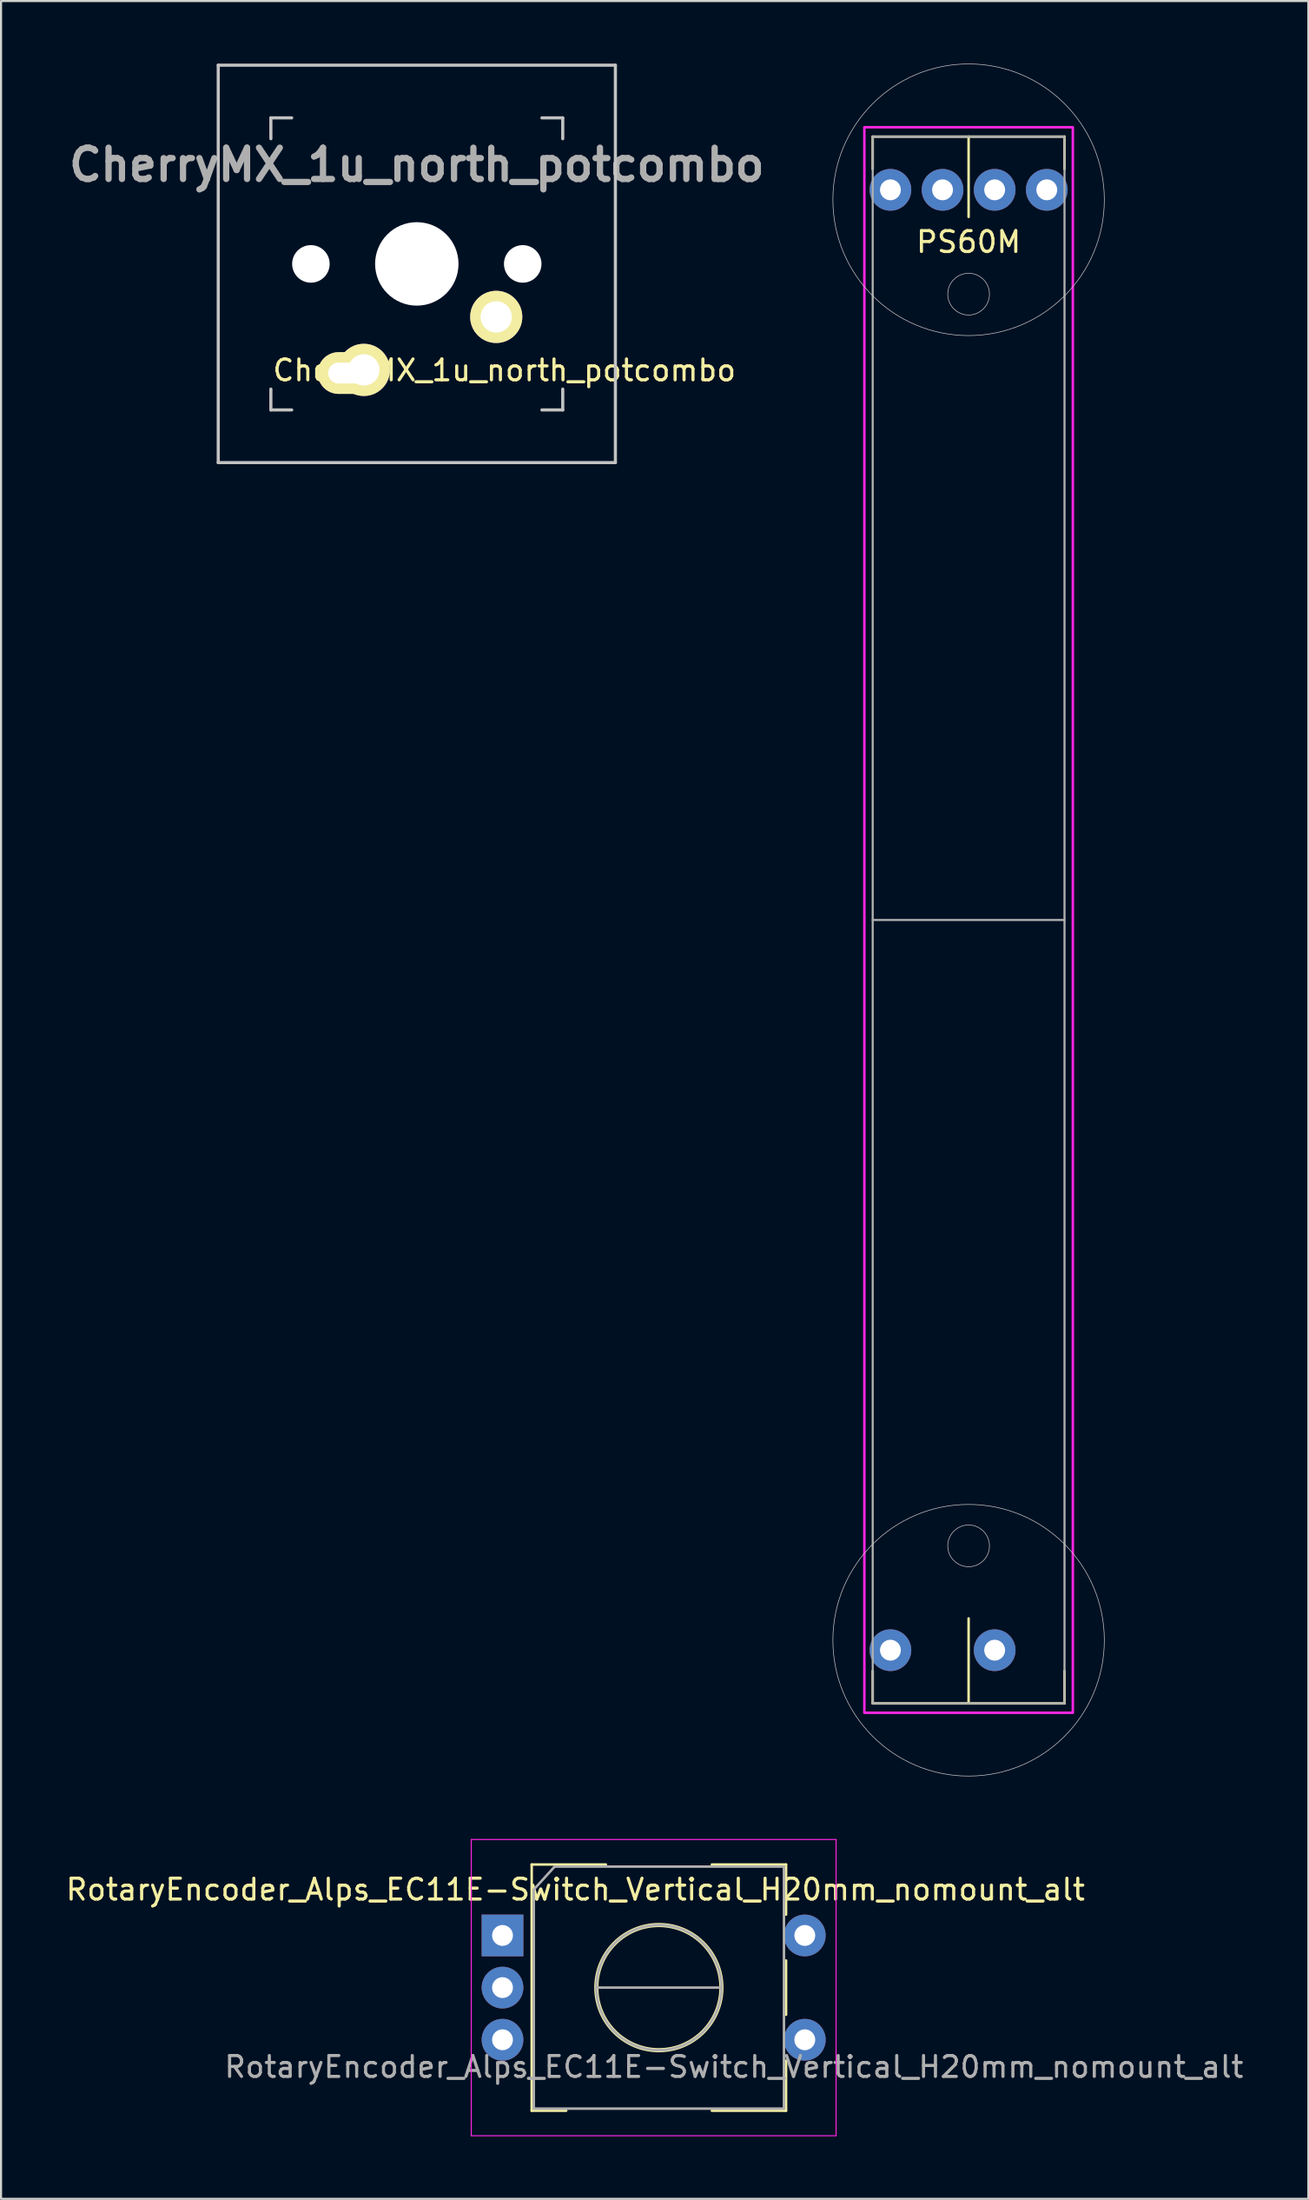
<source format=kicad_pcb>
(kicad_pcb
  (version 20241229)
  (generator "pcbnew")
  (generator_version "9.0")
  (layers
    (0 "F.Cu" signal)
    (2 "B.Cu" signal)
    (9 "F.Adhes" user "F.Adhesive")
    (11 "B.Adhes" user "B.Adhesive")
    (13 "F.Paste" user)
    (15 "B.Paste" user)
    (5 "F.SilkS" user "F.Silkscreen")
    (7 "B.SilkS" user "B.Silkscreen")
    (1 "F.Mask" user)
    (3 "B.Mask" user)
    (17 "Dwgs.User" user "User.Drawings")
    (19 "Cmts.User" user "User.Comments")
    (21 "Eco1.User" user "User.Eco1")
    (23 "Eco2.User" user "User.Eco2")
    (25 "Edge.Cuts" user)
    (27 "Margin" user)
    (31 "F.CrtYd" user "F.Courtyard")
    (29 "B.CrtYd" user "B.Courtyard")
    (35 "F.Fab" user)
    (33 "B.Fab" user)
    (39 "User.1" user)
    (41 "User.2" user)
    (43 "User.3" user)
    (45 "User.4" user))
  (footprint "PS60M"
    (layer "F.Cu")
    (at 43.411 6.049)
    (property "Reference" "PS60M" (at 0 2.5 0) (layer "F.SilkS") (effects (font (size 1 1) (thickness 0.15))))
    (attr through_hole)
    (fp_line (start -4.6 -2.55) (end -4.6 -1) (stroke (width 0.12) (type solid)) (layer "F.SilkS"))
    (fp_line (start -4.6 -2.55) (end 4.6 -2.55) (stroke (width 0.12) (type solid)) (layer "F.SilkS"))
    (fp_line (start -4.6 72.55) (end -4.6 71) (stroke (width 0.12) (type solid)) (layer "F.SilkS"))
    (fp_line (start -4.6 72.55) (end 4.6 72.55) (stroke (width 0.12) (type solid)) (layer "F.SilkS"))
    (fp_line (start 0 -2.55) (end 0 1.298) (stroke (width 0.12) (type solid)) (layer "F.SilkS"))
    (fp_line (start 0 68.476) (end 0 72.55) (stroke (width 0.12) (type solid)) (layer "F.SilkS"))
    (fp_line (start 4.6 -2.55) (end 4.6 -1) (stroke (width 0.12) (type solid)) (layer "F.SilkS"))
    (fp_line (start 4.6 72.55) (end 4.6 71) (stroke (width 0.12) (type solid)) (layer "F.SilkS"))
    (fp_circle (center 0 0.476) (end 6.51 0.476) (stroke (width 0.03) (type solid)) (fill no) (layer "Dwgs.User"))
    (fp_circle (center 0 5) (end 1 5) (stroke (width 0.03) (type solid)) (fill no) (layer "Dwgs.User"))
    (fp_circle (center 0 65) (end 1 65) (stroke (width 0.03) (type solid)) (fill no) (layer "Dwgs.User"))
    (fp_circle (center 0 69.524) (end 6.51 69.524) (stroke (width 0.03) (type solid)) (fill no) (layer "Dwgs.User"))
    (fp_rect (start -5 -3) (end 5 73) (stroke (width 0.12) (type solid)) (fill no) (layer "F.CrtYd"))
    (fp_line (start -4.6 35) (end 4.6 35) (stroke (width 0.1) (type solid)) (layer "F.Fab"))
    (fp_rect (start -4.6 -2.55) (end 4.6 72.55) (stroke (width 0.1) (type solid)) (fill no) (layer "F.Fab"))
    (pad "1" thru_hole circle (at 1.25 0) (size 2 2) (drill 1) (layers "*.Cu" "*.Mask"))
    (pad "1B" thru_hole circle (at -3.75 0) (size 2 2) (drill 1) (layers "*.Cu" "*.Mask"))
    (pad "2" thru_hole circle (at 3.75 0) (size 2 2) (drill 1) (layers "*.Cu" "*.Mask"))
    (pad "2B" thru_hole circle (at -1.25 0) (size 2 2) (drill 1) (layers "*.Cu" "*.Mask"))
    (pad "3" thru_hole circle (at 1.25 70) (size 2 2) (drill 1) (layers "*.Cu" "*.Mask"))
    (pad "3B" thru_hole circle (at -3.75 70) (size 2 2) (drill 1) (layers "*.Cu" "*.Mask")))
  (footprint "CherryMX_1u_north_potcombo"
    (layer "F.Cu")
    (at 16.943 9.6)
    (property "Reference" "CherryMX_1u_north_potcombo" (at 4.2 5.1 180) (layer "F.SilkS") (effects (font (size 1 1) (thickness 0.15))))
    (attr through_hole)
    (fp_line (start -9.525 -9.525) (end 9.525 -9.525) (stroke (width 0.15) (type solid)) (layer "Dwgs.User"))
    (fp_line (start -9.525 9.525) (end -9.525 -9.525) (stroke (width 0.15) (type solid)) (layer "Dwgs.User"))
    (fp_line (start -7 -7) (end -7 -6) (stroke (width 0.15) (type solid)) (layer "Dwgs.User"))
    (fp_line (start -7 6) (end -7 7) (stroke (width 0.15) (type solid)) (layer "Dwgs.User"))
    (fp_line (start -7 7) (end -6 7) (stroke (width 0.15) (type solid)) (layer "Dwgs.User"))
    (fp_line (start -6 -7) (end -7 -7) (stroke (width 0.15) (type solid)) (layer "Dwgs.User"))
    (fp_line (start 6 -7) (end 7 -7) (stroke (width 0.15) (type solid)) (layer "Dwgs.User"))
    (fp_line (start 7 -6) (end 7 -7) (stroke (width 0.15) (type solid)) (layer "Dwgs.User"))
    (fp_line (start 7 6) (end 7 7) (stroke (width 0.15) (type solid)) (layer "Dwgs.User"))
    (fp_line (start 7 7) (end 6 7) (stroke (width 0.15) (type solid)) (layer "Dwgs.User"))
    (fp_line (start 9.525 -9.525) (end 9.525 9.525) (stroke (width 0.15) (type solid)) (layer "Dwgs.User"))
    (fp_line (start 9.525 9.525) (end -9.525 9.525) (stroke (width 0.15) (type solid)) (layer "Dwgs.User"))
    (fp_text user "${REFERENCE}" (at 0 -4.75 0) (unlocked yes) (layer "F.Fab") (effects (font (size 1.5 1.5) (thickness 0.3))))
    (pad "" np_thru_hole circle (at -5.08 0 270) (size 1.8 1.8) (drill 1.8) (layers "*.Cu" "*.Mask"))
    (pad "" np_thru_hole circle (at 0 0 270) (size 4 4) (drill 4) (layers "*.Cu" "*.Mask"))
    (pad "" np_thru_hole circle (at 5.08 0 270) (size 1.8 1.8) (drill 1.8) (layers "*.Cu" "*.Mask"))
    (pad "1" thru_hole circle (at 3.81 2.54 180) (size 2.5 2.5) (drill 1.5) (layers "*.Cu" "B.Mask" "F.SilkS"))
    (pad "2" thru_hole oval (at -3.251 5.23) (size 3 2) (drill oval 2 1) (layers "*.Cu" "B.Mask" "F.SilkS"))
    (pad "2" thru_hole circle (at -2.54 5.08 180) (size 2.5 2.5) (drill 1.5) (layers "*.Cu" "B.Mask" "F.SilkS")))
  (footprint "RotaryEncoder_Alps_EC11E-Switch_Vertical_H20mm_nomount_alt"
    (layer "F.Cu")
    (at 28.554 92.223)
    (property "Reference" "RotaryEncoder_Alps_EC11E-Switch_Vertical_H20mm_nomount_alt" (at -4 -4.7 0) (layer "F.SilkS") (effects (font (size 1 1) (thickness 0.15))))
    (attr through_hole)
    (fp_line (start -6.1 -5.9) (end -6.1 5.9) (stroke (width 0.12) (type solid)) (layer "F.SilkS"))
    (fp_line (start -4.445 5.9) (end -6.1 5.9) (stroke (width 0.12) (type solid)) (layer "F.SilkS"))
    (fp_line (start -2.54 -5.9) (end -6.1 -5.9) (stroke (width 0.12) (type solid)) (layer "F.SilkS"))
    (fp_line (start 2.54 -5.9) (end 6.1 -5.9) (stroke (width 0.12) (type solid)) (layer "F.SilkS"))
    (fp_line (start 6.1 -5.9) (end 6.1 -3.5) (stroke (width 0.12) (type solid)) (layer "F.SilkS"))
    (fp_line (start 6.1 -1.3) (end 6.1 1.3) (stroke (width 0.12) (type solid)) (layer "F.SilkS"))
    (fp_line (start 6.1 3.5) (end 6.1 5.9) (stroke (width 0.12) (type solid)) (layer "F.SilkS"))
    (fp_line (start 6.1 5.9) (end 2.54 5.9) (stroke (width 0.12) (type solid)) (layer "F.SilkS"))
    (fp_circle (center 0 0) (end 3 0) (stroke (width 0.2) (type solid)) (fill no) (layer "F.SilkS"))
    (fp_line (start -9 -7.1) (end -9 7.1) (stroke (width 0.05) (type solid)) (layer "F.CrtYd"))
    (fp_line (start -9 -7.1) (end 8.5 -7.1) (stroke (width 0.05) (type solid)) (layer "F.CrtYd"))
    (fp_line (start 8.5 7.1) (end -9 7.1) (stroke (width 0.05) (type solid)) (layer "F.CrtYd"))
    (fp_line (start 8.5 7.1) (end 8.5 -7.1) (stroke (width 0.05) (type solid)) (layer "F.CrtYd"))
    (fp_line (start -6 -4.7) (end -5 -5.8) (stroke (width 0.12) (type solid)) (layer "F.Fab"))
    (fp_line (start -6 5.8) (end -6 -4.7) (stroke (width 0.12) (type solid)) (layer "F.Fab"))
    (fp_line (start -5 -5.8) (end 6 -5.8) (stroke (width 0.12) (type solid)) (layer "F.Fab"))
    (fp_line (start -3 0) (end 3 0) (stroke (width 0.12) (type solid)) (layer "F.Fab"))
    (fp_line (start 6 -5.8) (end 6 5.8) (stroke (width 0.12) (type solid)) (layer "F.Fab"))
    (fp_line (start 6 5.8) (end -6 5.8) (stroke (width 0.12) (type solid)) (layer "F.Fab"))
    (fp_circle (center 0 0) (end 3 0) (stroke (width 0.12) (type solid)) (fill no) (layer "F.Fab"))
    (fp_text user "${REFERENCE}" (at 3.6 3.8 0) (layer "F.Fab") (effects (font (size 1 1) (thickness 0.15))))
    (pad "A" thru_hole rect (at -7.5 -2.5) (size 2 2) (drill 1) (layers "*.Cu" "*.Mask"))
    (pad "B" thru_hole circle (at -7.5 2.5) (size 2 2) (drill 1) (layers "*.Cu" "*.Mask"))
    (pad "C" thru_hole circle (at -7.5 0) (size 2 2) (drill 1) (layers "*.Cu" "*.Mask"))
    (pad "S1" thru_hole circle (at 7 2.5) (size 2 2) (drill 1) (layers "*.Cu" "*.Mask"))
    (pad "S2" thru_hole circle (at 7 -2.5) (size 2 2) (drill 1) (layers "*.Cu" "*.Mask")))
  (gr_rect
    (start -3 -3)
    (end 59.707 102.348)
    (stroke (width 0.1) (type default))
    (fill no)
    (layer "Edge.Cuts")))
</source>
